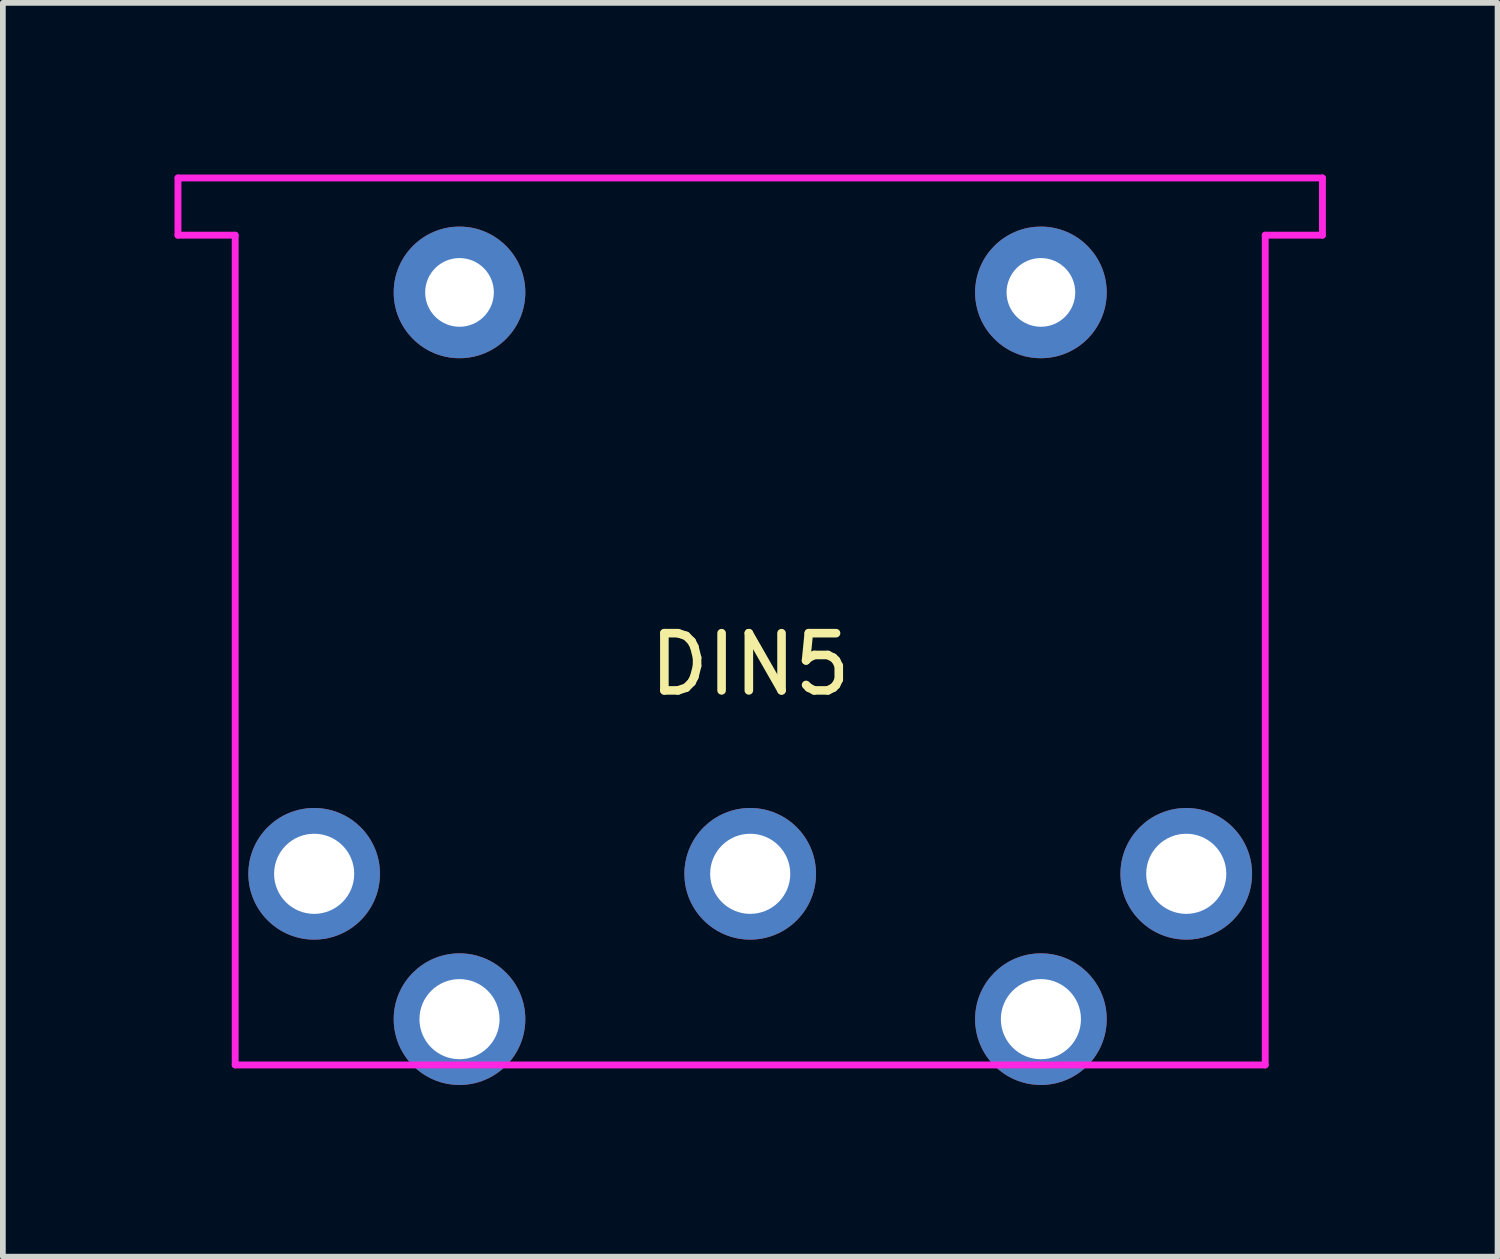
<source format=kicad_pcb>
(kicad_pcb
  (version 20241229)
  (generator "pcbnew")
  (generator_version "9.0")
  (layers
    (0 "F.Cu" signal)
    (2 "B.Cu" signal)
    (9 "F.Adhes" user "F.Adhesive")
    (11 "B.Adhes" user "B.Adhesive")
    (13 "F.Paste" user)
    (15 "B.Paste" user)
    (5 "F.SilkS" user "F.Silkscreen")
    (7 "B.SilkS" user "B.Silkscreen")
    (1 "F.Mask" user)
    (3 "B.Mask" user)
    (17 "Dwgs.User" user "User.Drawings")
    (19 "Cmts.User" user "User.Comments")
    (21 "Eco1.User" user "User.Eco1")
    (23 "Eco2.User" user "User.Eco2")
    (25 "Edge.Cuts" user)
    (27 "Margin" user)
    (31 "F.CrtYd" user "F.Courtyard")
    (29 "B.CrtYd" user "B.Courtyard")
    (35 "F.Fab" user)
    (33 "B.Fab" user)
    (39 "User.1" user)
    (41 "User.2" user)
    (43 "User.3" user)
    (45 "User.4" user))
  (footprint "DIN5"
    (layer "F.Cu")
    (at 10.06 7.14)
    (property "Reference" "DIN5" (at 0 1.42 0) (layer "F.SilkS") (effects (font (size 1 1) (thickness 0.15))))
    (attr through_hole)
    (fp_line (start -10 -7.08) (end -10 -6.08) (stroke (width 0.12) (type solid)) (layer "F.CrtYd"))
    (fp_line (start -10 -6.08) (end -9 -6.08) (stroke (width 0.12) (type solid)) (layer "F.CrtYd"))
    (fp_line (start -9 8.42) (end -9 -6.08) (stroke (width 0.12) (type solid)) (layer "F.CrtYd"))
    (fp_line (start 9 -6.08) (end 9 8.42) (stroke (width 0.12) (type solid)) (layer "F.CrtYd"))
    (fp_line (start 9 8.42) (end -9 8.42) (stroke (width 0.12) (type solid)) (layer "F.CrtYd"))
    (fp_line (start 10 -7.08) (end -10 -7.08) (stroke (width 0.12) (type solid)) (layer "F.CrtYd"))
    (fp_line (start 10 -7.08) (end 10 -6.08) (stroke (width 0.12) (type solid)) (layer "F.CrtYd"))
    (fp_line (start 10 -6.08) (end 9 -6.08) (stroke (width 0.12) (type solid)) (layer "F.CrtYd"))
    (pad "" thru_hole circle (at -5.08 -5.08) (size 2.3 2.3) (drill 1.2) (layers "*.Cu" "*.Mask"))
    (pad "" thru_hole circle (at 5.08 -5.08) (size 2.3 2.3) (drill 1.2) (layers "*.Cu" "*.Mask"))
    (pad "1" thru_hole circle (at -7.62 5.08) (size 2.3 2.3) (drill 1.4) (layers "*.Cu" "*.Mask"))
    (pad "2" thru_hole circle (at 0 5.08) (size 2.3 2.3) (drill 1.4) (layers "*.Cu" "*.Mask"))
    (pad "3" thru_hole circle (at 7.62 5.08) (size 2.3 2.3) (drill 1.4) (layers "*.Cu" "*.Mask"))
    (pad "4" thru_hole circle (at -5.08 7.62) (size 2.3 2.3) (drill 1.4) (layers "*.Cu" "*.Mask"))
    (pad "5" thru_hole circle (at 5.08 7.62) (size 2.3 2.3) (drill 1.4) (layers "*.Cu" "*.Mask")))
  (gr_rect
    (start -3 -3)
    (end 23.12 18.91)
    (stroke (width 0.1) (type default))
    (fill no)
    (layer "Edge.Cuts")))
</source>
